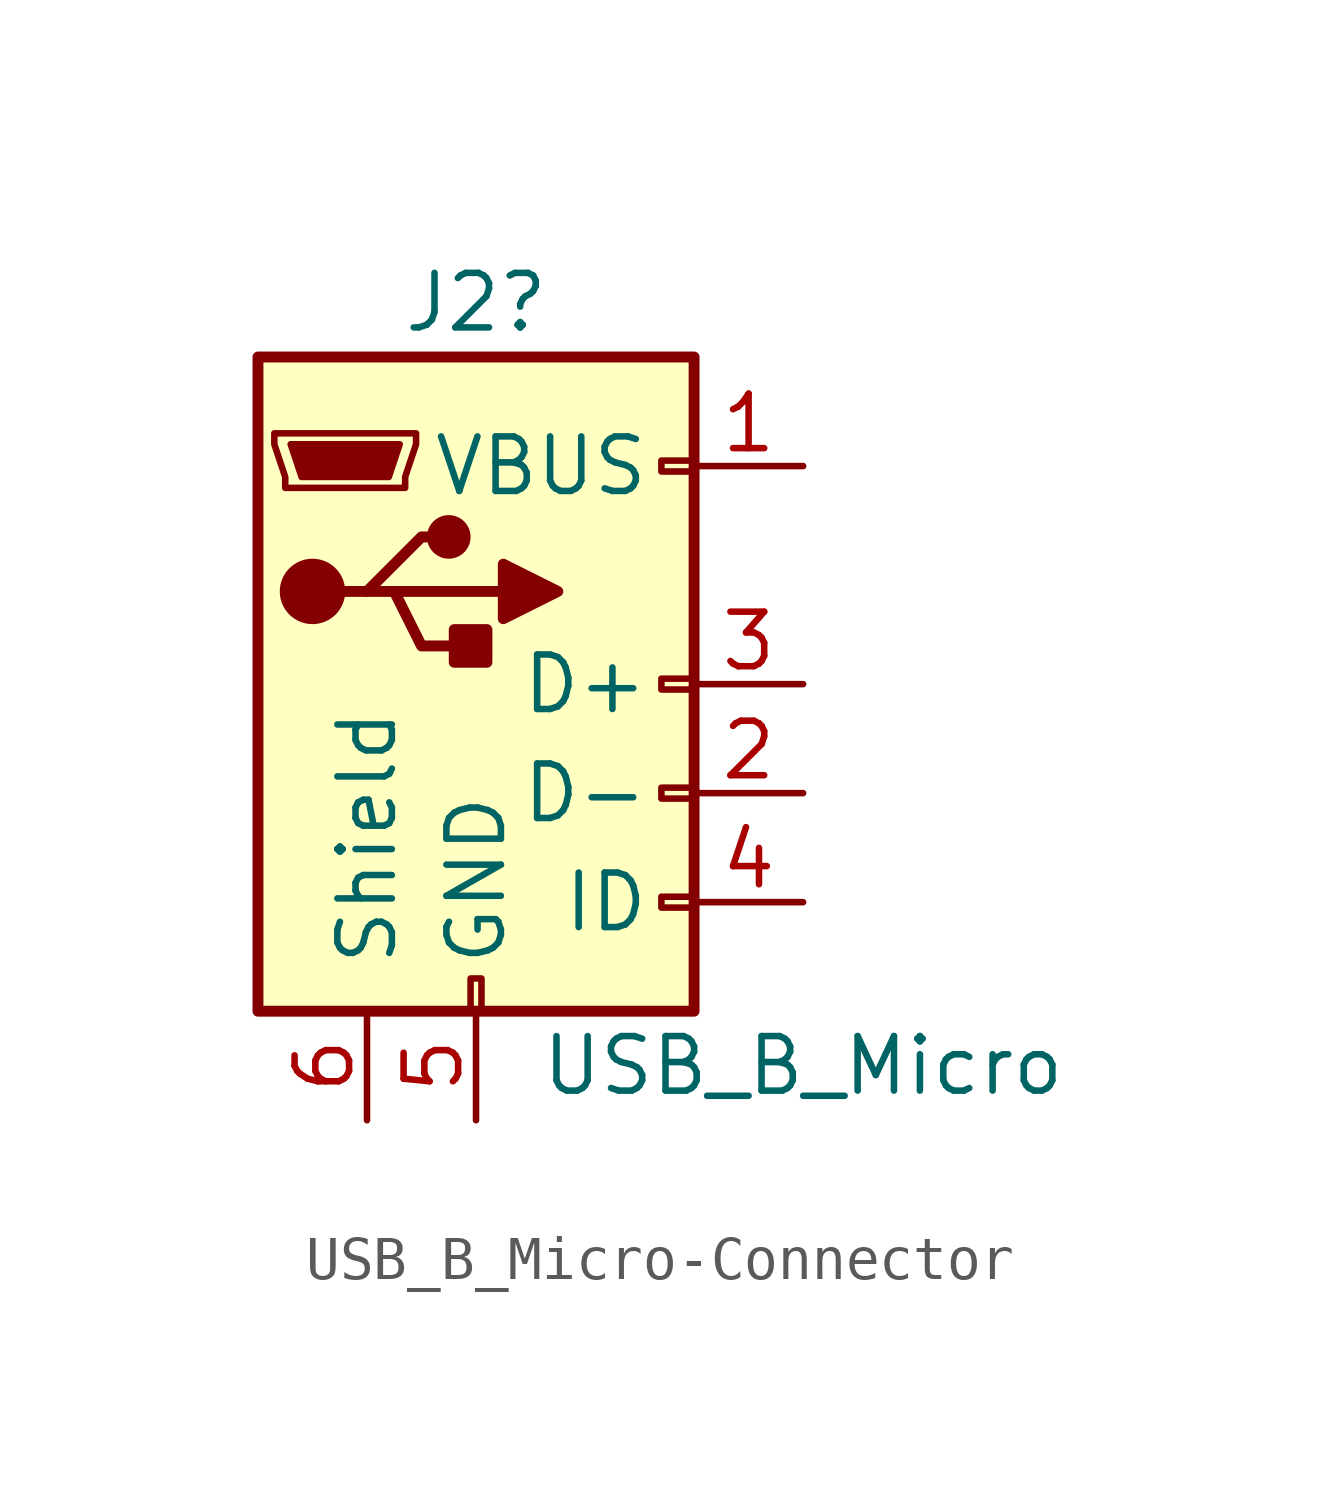
<source format=kicad_sym>
(kicad_symbol_lib
  (version 20220914)
  (generator kicad_symbol_editor)
  (symbol "USB_B_Micro-Connector"
    (pin_names
      (offset 1.016))
    (property "Reference" "J2"
      (at 0 8.89 0)
      (effects (font (size 1.27 1.27))))
    (property "Value" "USB_B_Micro"
      (at 7.62 -8.89 0)
      (effects (font (size 1.27 1.27))))
    (symbol "USB_B_Micro-Connector_0_1"
      (rectangle (start -5.08 -7.62) (end 5.08 7.62) (stroke (width 0.254) (type solid)) (fill (type background)))
      (circle (center -3.81 2.159) (radius 0.635) (stroke (width 0.254) (type solid)) (fill (type outline)))
      (circle (center -0.635 3.429) (radius 0.381) (stroke (width 0.254) (type solid)) (fill (type outline)))
      (rectangle (start -0.127 -7.62) (end 0.127 -6.858) (stroke (width 0) (type solid)) (fill (type none)))
      (polyline (pts (xy -1.905 2.159) (xy 0.635 2.159)) (stroke (width 0.254) (type solid)) (fill (type none)))
      (polyline (pts (xy -3.175 2.159) (xy -2.54 2.159) (xy -1.27 3.429) (xy -0.635 3.429)) (stroke (width 0.254) (type solid)) (fill (type none)))
      (polyline (pts (xy -2.54 2.159) (xy -1.905 2.159) (xy -1.27 0.889) (xy 0 0.889)) (stroke (width 0.254) (type solid)) (fill (type none)))
      (polyline (pts (xy 0.635 2.794) (xy 0.635 1.524) (xy 1.905 2.159) (xy 0.635 2.794)) (stroke (width 0.254) (type solid)) (fill (type outline)))
      (polyline (pts (xy -4.318 5.588) (xy -1.778 5.588) (xy -2.032 4.826) (xy -4.064 4.826) (xy -4.318 5.588)) (stroke (width 0) (type solid)) (fill (type outline)))
      (polyline (pts (xy -4.699 5.842) (xy -4.699 5.588) (xy -4.445 4.826) (xy -4.445 4.572) (xy -1.651 4.572) (xy -1.651 4.826) (xy -1.397 5.588) (xy -1.397 5.842) (xy -4.699 5.842)) (stroke (width 0) (type solid)) (fill (type none)))
      (rectangle (start 0.254 1.27) (end -0.508 0.508) (stroke (width 0.254) (type solid)) (fill (type outline)))
      (rectangle (start 5.08 -5.207) (end 4.318 -4.953) (stroke (width 0) (type solid)) (fill (type none)))
      (rectangle (start 5.08 -2.667) (end 4.318 -2.413) (stroke (width 0) (type solid)) (fill (type none)))
      (rectangle (start 5.08 -0.127) (end 4.318 0.127) (stroke (width 0) (type solid)) (fill (type none)))
      (rectangle (start 5.08 4.953) (end 4.318 5.207) (stroke (width 0) (type solid)) (fill (type none))))
    (symbol "USB_B_Micro-Connector_1_1"
      (pin power_out line (at 7.62 5.08 180) (length 2.54) (name "VBUS" (effects (font (size 1.27 1.27)))) (number "1" (effects (font (size 1.27 1.27)))))
      (pin passive line (at 7.62 -2.54 180) (length 2.54) (name "D-" (effects (font (size 1.27 1.27)))) (number "2" (effects (font (size 1.27 1.27)))))
      (pin passive line (at 7.62 0 180) (length 2.54) (name "D+" (effects (font (size 1.27 1.27)))) (number "3" (effects (font (size 1.27 1.27)))))
      (pin passive line (at 7.62 -5.08 180) (length 2.54) (name "ID" (effects (font (size 1.27 1.27)))) (number "4" (effects (font (size 1.27 1.27)))))
      (pin power_out line (at 0 -10.16 90) (length 2.54) (name "GND" (effects (font (size 1.27 1.27)))) (number "5" (effects (font (size 1.27 1.27)))))
      (pin passive line (at -2.54 -10.16 90) (length 2.54) (name "Shield" (effects (font (size 1.27 1.27)))) (number "6" (effects (font (size 1.27 1.27))))))))
</source>
